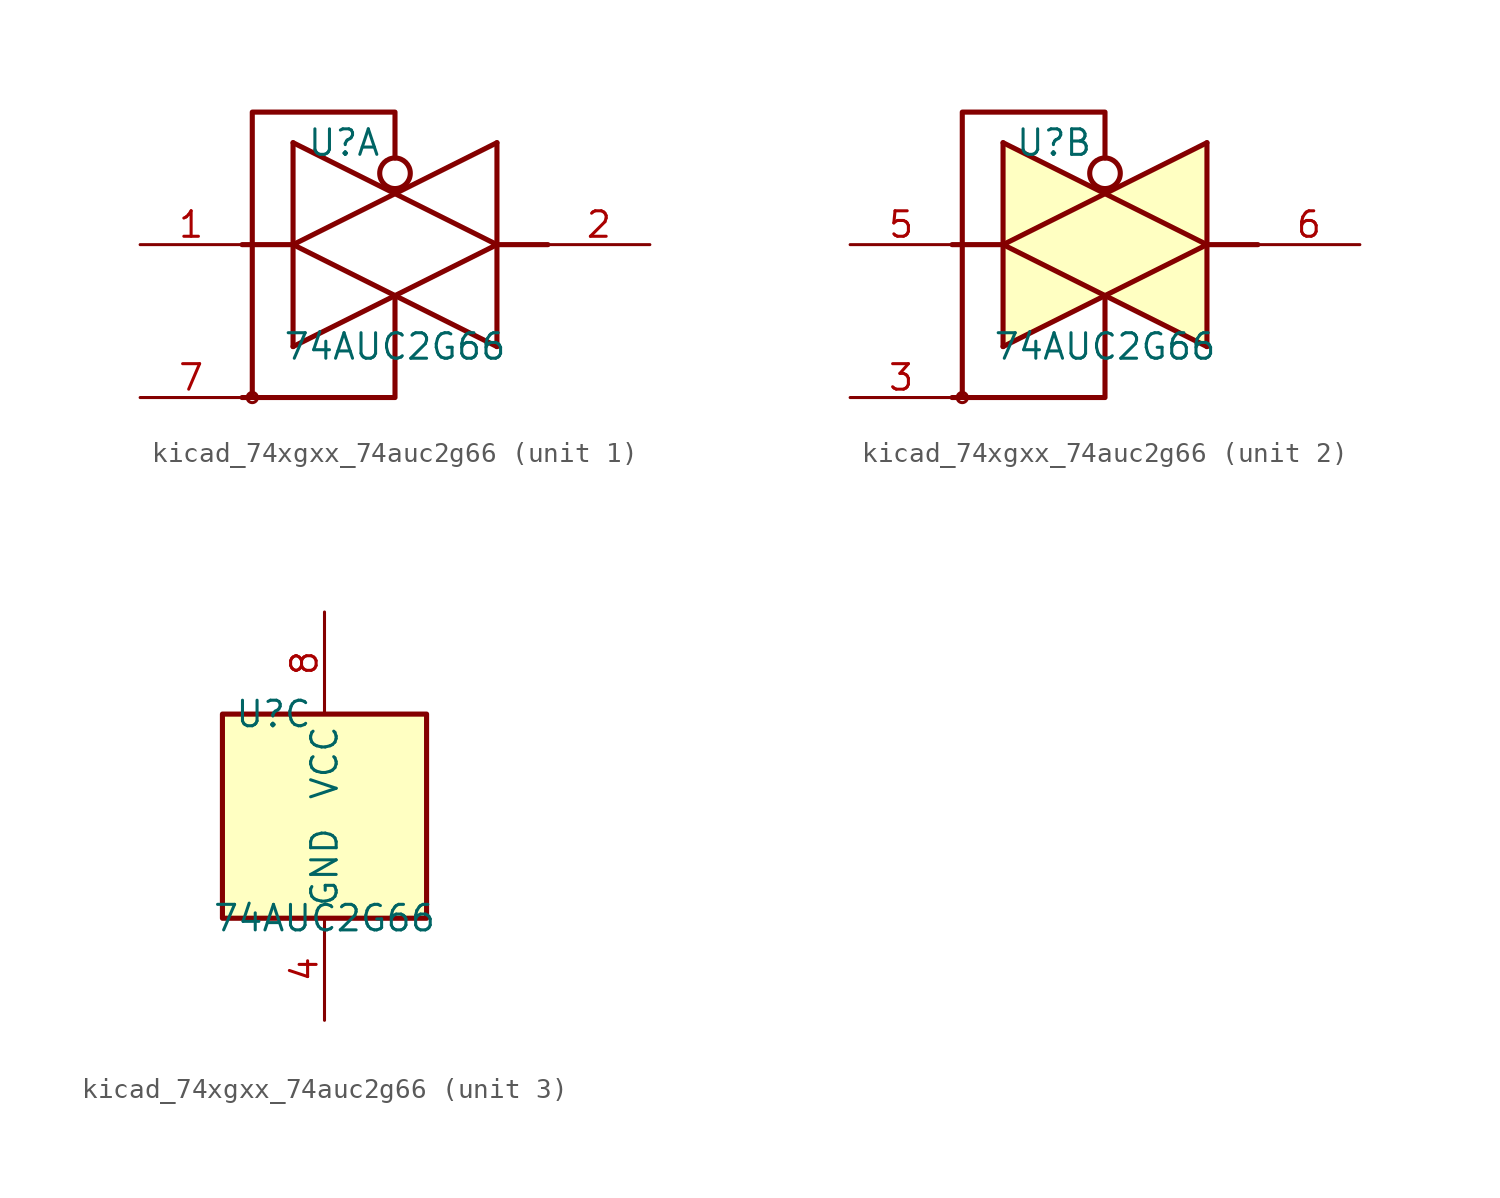
<source format=kicad_sym>
(kicad_symbol_lib
  (version 20220914)
  (generator kicad_symbol_editor)
  (symbol "kicad_74xgxx_74auc2g66"
    (property "Reference" "U"
      (at -2.54 5.08 0)
      (effects (font (size 1.27 1.27))))
    (property "Value" "74AUC2G66"
      (at 0 -5.08 0)
      (effects (font (size 1.27 1.27))))
    (property "ki_locked" ""
      (at 0 0 0)
      (effects (font (size 1.27 1.27))))
    (symbol "kicad_74xgxx_74auc2g66_1_1"
      (circle (center -7.112 -7.62) (radius 0.254) (stroke (width 0) (type default)) (fill (type none)))
      (polyline (pts (xy -7.62 0) (xy -5.08 0)) (stroke (width 0.254) (type default)) (fill (type background)))
      (polyline (pts (xy -5.08 5.08) (xy -5.08 -5.08)) (stroke (width 0.254) (type default)) (fill (type background)))
      (polyline (pts (xy 5.08 0) (xy 7.62 0)) (stroke (width 0.254) (type default)) (fill (type background)))
      (polyline (pts (xy 5.08 5.08) (xy 5.08 -5.08)) (stroke (width 0.254) (type default)) (fill (type none)))
      (polyline (pts (xy -7.62 -7.62) (xy 0 -7.62) (xy 0 -2.54)) (stroke (width 0.254) (type default)) (fill (type none)))
      (polyline (pts (xy -5.08 -5.08) (xy 5.08 0) (xy -5.08 5.08)) (stroke (width 0.254) (type default)) (fill (type none)))
      (polyline (pts (xy 5.08 5.08) (xy -5.08 0) (xy 5.08 -5.08)) (stroke (width 0.254) (type default)) (fill (type none)))
      (polyline (pts (xy 0 4.318) (xy 0 6.604) (xy -7.112 6.604) (xy -7.112 -7.62)) (stroke (width 0.254) (type default)) (fill (type none)))
      (circle (center 0 3.556) (radius 0.762) (stroke (width 0.254) (type default)) (fill (type none)))
      (pin input line (at -12.7 0 0) (length 5.08) (name "~" (effects (font (size 1.27 1.27)))) (number "1" (effects (font (size 1.27 1.27)))))
      (pin tri_state line (at 12.7 0 180) (length 5.08) (name "~" (effects (font (size 1.27 1.27)))) (number "2" (effects (font (size 1.27 1.27)))))
      (pin input line (at -12.7 -7.62 0) (length 5.08) (name "~" (effects (font (size 1.27 1.27)))) (number "7" (effects (font (size 1.27 1.27))))))
    (symbol "kicad_74xgxx_74auc2g66_2_1"
      (circle (center -7.112 -7.62) (radius 0.254) (stroke (width 0) (type default)) (fill (type none)))
      (polyline (pts (xy -7.62 0) (xy -5.08 0)) (stroke (width 0.254) (type default)) (fill (type background)))
      (polyline (pts (xy -5.08 5.08) (xy -5.08 -5.08)) (stroke (width 0.254) (type default)) (fill (type background)))
      (polyline (pts (xy 5.08 0) (xy 7.62 0)) (stroke (width 0.254) (type default)) (fill (type background)))
      (polyline (pts (xy 5.08 5.08) (xy 5.08 -5.08)) (stroke (width 0.254) (type default)) (fill (type background)))
      (polyline (pts (xy -7.62 -7.62) (xy 0 -7.62) (xy 0 -2.54)) (stroke (width 0.254) (type default)) (fill (type none)))
      (polyline (pts (xy -5.08 -5.08) (xy 5.08 0) (xy -5.08 5.08)) (stroke (width 0.254) (type default)) (fill (type background)))
      (polyline (pts (xy 5.08 5.08) (xy -5.08 0) (xy 5.08 -5.08)) (stroke (width 0.254) (type default)) (fill (type background)))
      (polyline (pts (xy 0 4.318) (xy 0 6.604) (xy -7.112 6.604) (xy -7.112 -7.62)) (stroke (width 0.254) (type default)) (fill (type none)))
      (circle (center 0 3.556) (radius 0.762) (stroke (width 0.254) (type default)) (fill (type none)))
      (pin input line (at -12.7 -7.62 0) (length 5.08) (name "~" (effects (font (size 1.27 1.27)))) (number "3" (effects (font (size 1.27 1.27)))))
      (pin input line (at -12.7 0 0) (length 5.08) (name "~" (effects (font (size 1.27 1.27)))) (number "5" (effects (font (size 1.27 1.27)))))
      (pin tri_state line (at 12.7 0 180) (length 5.08) (name "~" (effects (font (size 1.27 1.27)))) (number "6" (effects (font (size 1.27 1.27))))))
    (symbol "kicad_74xgxx_74auc2g66_3_1"
      (rectangle (start -5.08 5.08) (end 5.08 -5.08) (stroke (width 0.254) (type default)) (fill (type background)))
      (pin power_in line (at 0 -10.16 90) (length 5.08) (name "GND" (effects (font (size 1.27 1.27)))) (number "4" (effects (font (size 1.27 1.27)))))
      (pin power_in line (at 0 10.16 270) (length 5.08) (name "VCC" (effects (font (size 1.27 1.27)))) (number "8" (effects (font (size 1.27 1.27))))))))
</source>
